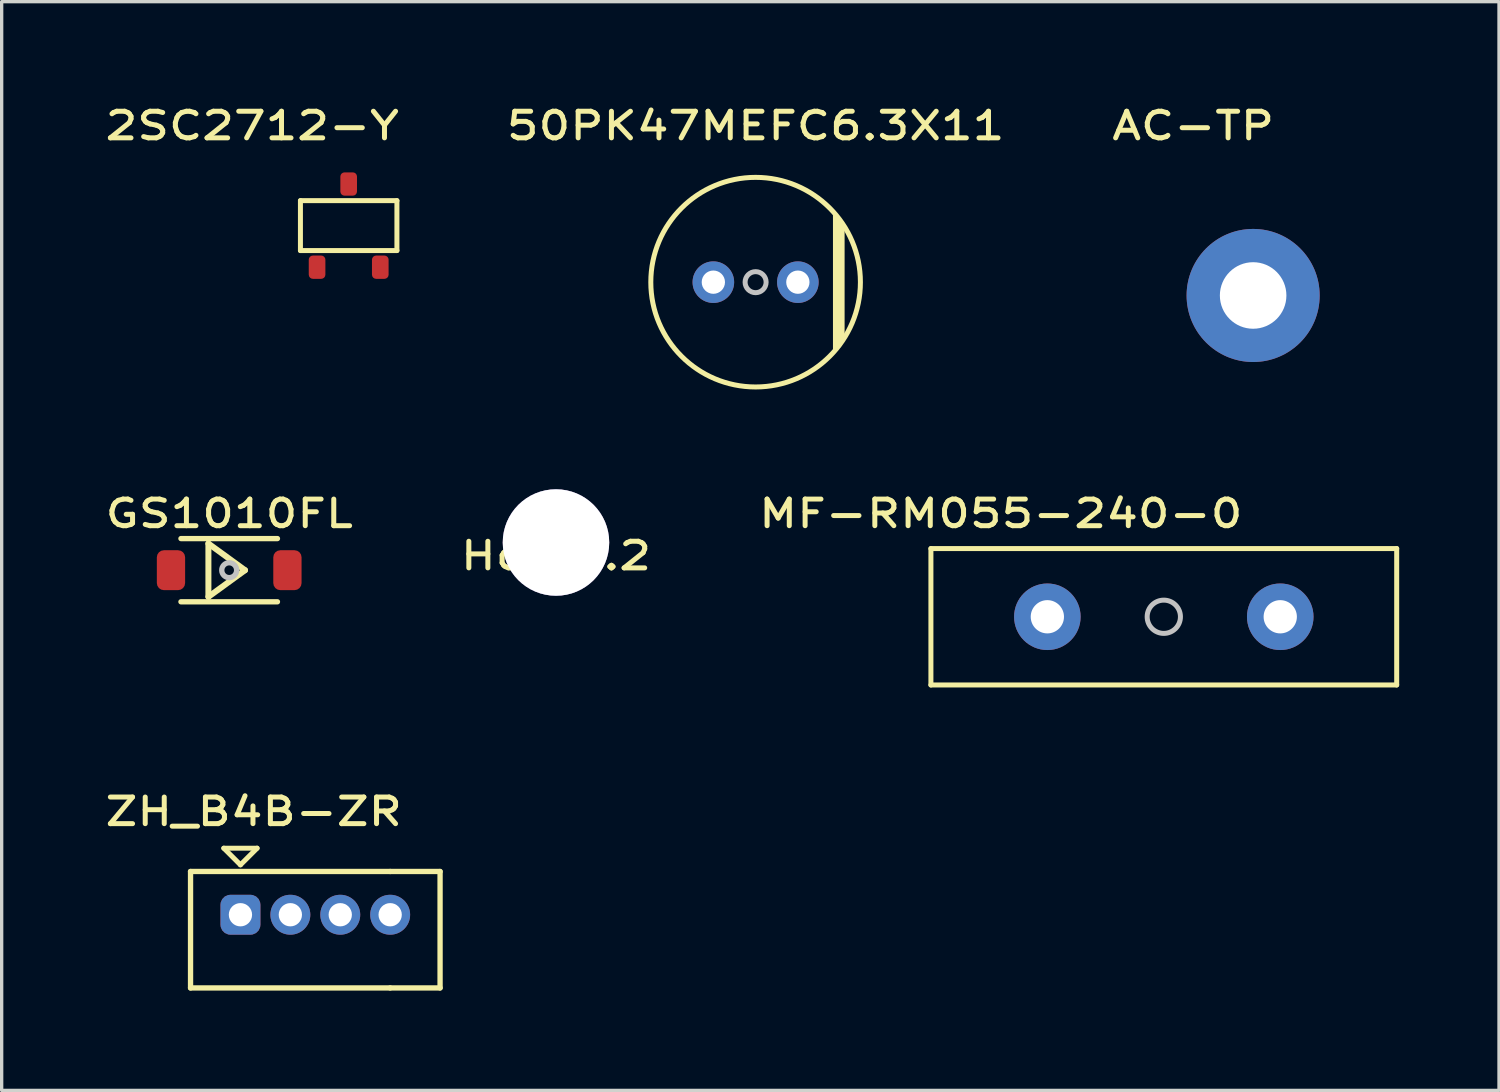
<source format=kicad_pcb>
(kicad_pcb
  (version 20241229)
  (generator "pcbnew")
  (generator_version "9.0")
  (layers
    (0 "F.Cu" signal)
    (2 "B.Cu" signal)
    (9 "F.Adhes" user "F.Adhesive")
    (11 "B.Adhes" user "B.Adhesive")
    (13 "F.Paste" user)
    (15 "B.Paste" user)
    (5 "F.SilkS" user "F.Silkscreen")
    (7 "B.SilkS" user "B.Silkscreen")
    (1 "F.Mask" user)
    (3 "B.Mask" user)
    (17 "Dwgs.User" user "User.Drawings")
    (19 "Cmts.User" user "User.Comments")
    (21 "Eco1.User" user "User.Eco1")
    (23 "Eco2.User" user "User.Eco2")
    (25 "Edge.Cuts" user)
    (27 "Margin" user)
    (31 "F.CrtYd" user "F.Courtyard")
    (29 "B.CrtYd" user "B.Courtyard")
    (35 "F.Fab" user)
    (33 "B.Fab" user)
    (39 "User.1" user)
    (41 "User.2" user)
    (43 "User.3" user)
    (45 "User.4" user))
  (footprint "MF-RM055-240-0"
    (layer "F.Cu")
    (at 31.93 15.488)
    (property "Reference" "MF-RM055-240-0" (at -4.9 -3.1 0) (layer "F.SilkS") (effects (font (size 0.8 1) (thickness 0.15))))
    (attr through_hole)
    (fp_line (start -7 -2.05) (end -7 2.05) (stroke (width 0.15) (type solid)) (layer "F.SilkS"))
    (fp_line (start -7 2.05) (end 7 2.05) (stroke (width 0.15) (type solid)) (layer "F.SilkS"))
    (fp_line (start 7 -2.05) (end -7 -2.05) (stroke (width 0.15) (type solid)) (layer "F.SilkS"))
    (fp_line (start 7 2.05) (end 7 -2.05) (stroke (width 0.15) (type solid)) (layer "F.SilkS"))
    (fp_circle (center 0 0) (end 0.5 0) (stroke (width 0.15) (type solid)) (fill no) (layer "Dwgs.User"))
    (pad "1" thru_hole circle (at -3.5 0) (size 2 2) (drill 1) (layers "*.Cu" "*.Mask"))
    (pad "2" thru_hole circle (at 3.5 0) (size 2 2) (drill 1) (layers "*.Cu" "*.Mask")))
  (footprint "2SC2712-Y"
    (layer "F.Cu")
    (at 7.43 3.731)
    (property "Reference" "2SC2712-Y" (at -2.9 -3 0) (layer "F.SilkS") (effects (font (size 0.8 1) (thickness 0.15))))
    (attr through_hole)
    (fp_line (start -1.45 -0.75) (end 1.45 -0.75) (stroke (width 0.15) (type solid)) (layer "F.SilkS"))
    (fp_line (start -1.45 0.75) (end -1.45 -0.75) (stroke (width 0.15) (type solid)) (layer "F.SilkS"))
    (fp_line (start 1.45 -0.75) (end 1.45 0.75) (stroke (width 0.15) (type solid)) (layer "F.SilkS"))
    (fp_line (start 1.45 0.75) (end -1.45 0.75) (stroke (width 0.15) (type solid)) (layer "F.SilkS"))
    (pad "1" smd roundrect (at -0.95 1.25) (size 0.5 0.7) (layers "F.Cu" "F.Mask" "F.Paste") (roundrect_rratio 0.25))
    (pad "2" smd roundrect (at 0.95 1.25) (size 0.5 0.7) (layers "F.Cu" "F.Mask" "F.Paste") (roundrect_rratio 0.25))
    (pad "3" smd roundrect (at 0 -1.25) (size 0.5 0.7) (layers "F.Cu" "F.Mask" "F.Paste") (roundrect_rratio 0.25)))
  (footprint "Hole3.2"
    (layer "F.Cu")
    (at 13.661 13.256)
    (property "Reference" "Hole3.2" (at 0 0.4 0) (layer "F.SilkS") (effects (font (size 0.8 1) (thickness 0.15))))
    (attr through_hole)
    (pad "" thru_hole circle (at 0 0) (size 3.2 3.2) (drill 3.2) (layers "*.Cu" "*.Mask")))
  (footprint "ZH_B4B-ZR"
    (layer "F.Cu")
    (at 4.177 24.444)
    (property "Reference" "ZH_B4B-ZR" (at 0.4 -3.1 0) (layer "F.SilkS") (effects (font (size 0.8 1) (thickness 0.15))))
    (attr through_hole)
    (fp_line (start -1.5 -1.3) (end -1.5 2.2) (stroke (width 0.16) (type solid)) (layer "F.SilkS"))
    (fp_line (start -1.5 -1.3) (end 4.5 -1.3) (stroke (width 0.16) (type solid)) (layer "F.SilkS"))
    (fp_line (start -1.5 2.2) (end 4.5 2.2) (stroke (width 0.16) (type solid)) (layer "F.SilkS"))
    (fp_line (start -0.5 -2) (end 0.5 -2) (stroke (width 0.15) (type solid)) (layer "F.SilkS"))
    (fp_line (start 0 -1.5) (end -0.5 -2) (stroke (width 0.15) (type solid)) (layer "F.SilkS"))
    (fp_line (start 0 -1.5) (end 0.5 -2) (stroke (width 0.15) (type solid)) (layer "F.SilkS"))
    (fp_line (start 4.5 -1.3) (end 6 -1.3) (stroke (width 0.16) (type solid)) (layer "F.SilkS"))
    (fp_line (start 4.5 2.2) (end 6 2.2) (stroke (width 0.16) (type solid)) (layer "F.SilkS"))
    (fp_line (start 6 -1.3) (end 6 2.2) (stroke (width 0.16) (type solid)) (layer "F.SilkS"))
    (pad "1" thru_hole roundrect (at 0 0) (size 1.2 1.2) (drill 0.7) (layers "*.Cu" "*.Mask") (roundrect_rratio 0.25))
    (pad "2" thru_hole circle (at 1.5 0) (size 1.2 1.2) (drill 0.7) (layers "*.Cu" "*.Mask"))
    (pad "3" thru_hole circle (at 3 0) (size 1.2 1.2) (drill 0.7) (layers "*.Cu" "*.Mask"))
    (pad "4" thru_hole circle (at 4.5 0) (size 1.2 1.2) (drill 0.7) (layers "*.Cu" "*.Mask")))
  (footprint "AC-TP"
    (layer "F.Cu")
    (at 34.615 5.831)
    (property "Reference" "AC-TP" (at -1.8 -5.1 0) (layer "F.SilkS") (effects (font (size 0.8 1) (thickness 0.15))))
    (attr through_hole)
    (pad "1" thru_hole circle (at 0 0) (size 4 4) (drill 2) (layers "*.Cu" "*.Mask")))
  (footprint "GS1010FL"
    (layer "F.Cu")
    (at 3.839 14.088)
    (property "Reference" "GS1010FL" (at 0 -1.7 0) (layer "F.SilkS") (effects (font (size 0.8 1) (thickness 0.15))))
    (attr through_hole)
    (fp_line (start -1.45 -0.95) (end 1.45 -0.95) (stroke (width 0.16) (type solid)) (layer "F.SilkS"))
    (fp_line (start -0.625 -0.8) (end -0.625 0.8) (stroke (width 0.18) (type solid)) (layer "F.SilkS"))
    (fp_line (start -0.625 0.8) (end 0.475 0) (stroke (width 0.18) (type solid)) (layer "F.SilkS"))
    (fp_line (start 0.475 0) (end -0.625 -0.8) (stroke (width 0.18) (type solid)) (layer "F.SilkS"))
    (fp_line (start 1.45 0.95) (end -1.45 0.95) (stroke (width 0.16) (type solid)) (layer "F.SilkS"))
    (fp_circle (center 0 0) (end 0.224 0) (stroke (width 0.16) (type solid)) (fill no) (layer "Dwgs.User"))
    (pad "A" smd roundrect (at -1.75 0 90) (size 1.2 0.85) (layers "F.Cu" "F.Mask" "F.Paste") (roundrect_rratio 0.25))
    (pad "K" smd roundrect (at 1.75 0 270) (size 1.2 0.85) (layers "F.Cu" "F.Mask" "F.Paste") (roundrect_rratio 0.25)))
  (footprint "50PK47MEFC6.3X11"
    (layer "F.Cu")
    (at 19.661 5.431)
    (property "Reference" "50PK47MEFC6.3X11" (at 0 -4.7 0) (layer "F.SilkS") (effects (font (size 0.8 1) (thickness 0.15))))
    (attr through_hole)
    (fp_line (start 2.4 -2) (end 2.4 2) (stroke (width 0.15) (type solid)) (layer "F.SilkS"))
    (fp_line (start 2.5 -1.8) (end 2.5 1.9) (stroke (width 0.15) (type solid)) (layer "F.SilkS"))
    (fp_line (start 2.6 -1.7) (end 2.6 1.7) (stroke (width 0.15) (type solid)) (layer "F.SilkS"))
    (fp_circle (center 0 0) (end 3.15 0) (stroke (width 0.15) (type solid)) (fill no) (layer "F.SilkS"))
    (fp_circle (center 0 0) (end 0.316 0) (stroke (width 0.15) (type solid)) (fill no) (layer "Dwgs.User"))
    (pad "1" thru_hole circle (at -1.27 0) (size 1.25 1.25) (drill 0.7) (layers "*.Cu" "*.Mask"))
    (pad "2" thru_hole circle (at 1.27 0) (size 1.25 1.25) (drill 0.7) (layers "*.Cu" "*.Mask")))
  (gr_rect
    (start -3 -3)
    (end 42.005 29.724)
    (stroke (width 0.1) (type default))
    (fill no)
    (layer "Edge.Cuts")))
</source>
